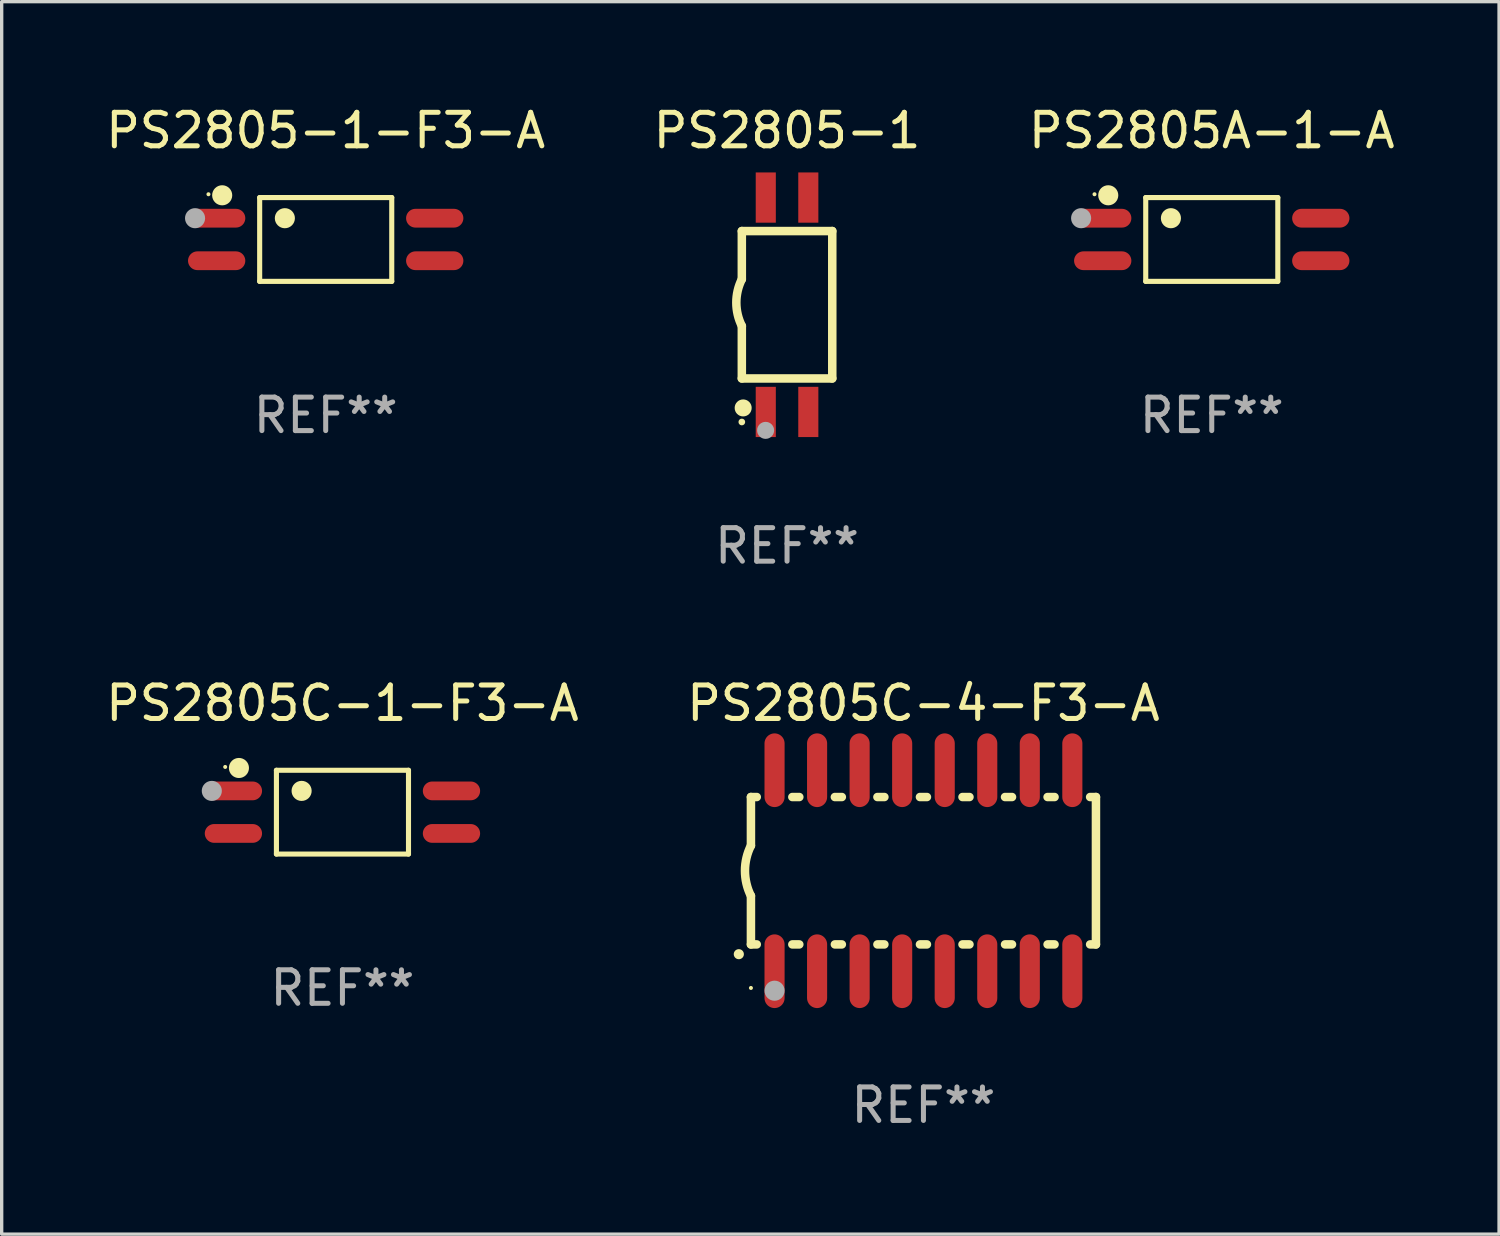
<source format=kicad_pcb>
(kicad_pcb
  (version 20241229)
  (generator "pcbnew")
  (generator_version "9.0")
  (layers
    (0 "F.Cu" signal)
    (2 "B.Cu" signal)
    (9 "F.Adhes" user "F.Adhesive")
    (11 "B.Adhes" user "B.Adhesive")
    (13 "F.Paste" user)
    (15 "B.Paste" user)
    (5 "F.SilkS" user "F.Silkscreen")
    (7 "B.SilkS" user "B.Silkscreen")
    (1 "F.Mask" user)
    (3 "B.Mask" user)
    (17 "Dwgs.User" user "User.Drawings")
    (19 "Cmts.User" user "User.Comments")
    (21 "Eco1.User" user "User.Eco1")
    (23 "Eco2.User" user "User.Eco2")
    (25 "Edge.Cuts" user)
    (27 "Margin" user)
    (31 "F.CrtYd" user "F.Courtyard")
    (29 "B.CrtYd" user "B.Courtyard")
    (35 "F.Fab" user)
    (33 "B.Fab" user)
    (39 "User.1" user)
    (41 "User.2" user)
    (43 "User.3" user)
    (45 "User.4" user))
  (footprint "PS2805-1-F3-A"
    (layer "F.Cu")
    (at 6.673 4.099)
    (property "Reference" "PS2805-1-F3-A" (at 0 -3.251 0) (layer "F.SilkS") (effects (font (size 1 1) (thickness 0.15))))
    (attr through_hole)
    (fp_line (start -1.971 -1.251) (end 1.972 -1.251) (stroke (width 0.152) (type solid)) (layer "F.SilkS"))
    (fp_line (start -1.971 1.251) (end -1.971 -1.251) (stroke (width 0.152) (type solid)) (layer "F.SilkS"))
    (fp_line (start 1.972 -1.251) (end 1.972 1.251) (stroke (width 0.152) (type solid)) (layer "F.SilkS"))
    (fp_line (start 1.972 1.251) (end -1.971 1.251) (stroke (width 0.152) (type solid)) (layer "F.SilkS"))
    (fp_circle (center -3.5 -1.35) (end -3.47 -1.35) (stroke (width 0.06) (type solid)) (fill no) (layer "F.SilkS"))
    (fp_circle (center -3.09 -1.319) (end -2.94 -1.319) (stroke (width 0.3) (type solid)) (fill no) (layer "F.SilkS"))
    (fp_circle (center -1.219 -0.635) (end -1.069 -0.635) (stroke (width 0.3) (type solid)) (fill no) (layer "F.SilkS"))
    (fp_circle (center -3.9 -0.635) (end -3.75 -0.635) (stroke (width 0.3) (type solid)) (fill no) (layer "F.Fab"))
    (fp_text user "REF**" (at 0 5.251 0) (layer "F.Fab") (effects (font (size 1 1) (thickness 0.15))))
    (pad "1" smd oval (at -3.255 -0.635 270) (size 0.56 1.71) (layers "F.Cu" "F.Mask" "F.Paste"))
    (pad "2" smd oval (at -3.255 0.635 270) (size 0.56 1.71) (layers "F.Cu" "F.Mask" "F.Paste"))
    (pad "3" smd oval (at 3.255 0.635 270) (size 0.56 1.71) (layers "F.Cu" "F.Mask" "F.Paste"))
    (pad "4" smd oval (at 3.255 -0.635 270) (size 0.56 1.71) (layers "F.Cu" "F.Mask" "F.Paste")))
  (footprint "PS2805C-1-F3-A"
    (layer "F.Cu")
    (at 7.173 21.196)
    (property "Reference" "PS2805C-1-F3-A" (at 0 -3.251 0) (layer "F.SilkS") (effects (font (size 1 1) (thickness 0.15))))
    (attr through_hole)
    (fp_line (start -1.971 -1.251) (end 1.972 -1.251) (stroke (width 0.152) (type solid)) (layer "F.SilkS"))
    (fp_line (start -1.971 1.251) (end -1.971 -1.251) (stroke (width 0.152) (type solid)) (layer "F.SilkS"))
    (fp_line (start 1.972 -1.251) (end 1.972 1.251) (stroke (width 0.152) (type solid)) (layer "F.SilkS"))
    (fp_line (start 1.972 1.251) (end -1.971 1.251) (stroke (width 0.152) (type solid)) (layer "F.SilkS"))
    (fp_circle (center -3.5 -1.35) (end -3.47 -1.35) (stroke (width 0.06) (type solid)) (fill no) (layer "F.SilkS"))
    (fp_circle (center -3.09 -1.319) (end -2.94 -1.319) (stroke (width 0.3) (type solid)) (fill no) (layer "F.SilkS"))
    (fp_circle (center -1.219 -0.635) (end -1.069 -0.635) (stroke (width 0.3) (type solid)) (fill no) (layer "F.SilkS"))
    (fp_circle (center -3.9 -0.635) (end -3.75 -0.635) (stroke (width 0.3) (type solid)) (fill no) (layer "F.Fab"))
    (fp_text user "REF**" (at 0 5.251 0) (layer "F.Fab") (effects (font (size 1 1) (thickness 0.15))))
    (pad "1" smd oval (at -3.255 -0.635 270) (size 0.56 1.71) (layers "F.Cu" "F.Mask" "F.Paste"))
    (pad "2" smd oval (at -3.255 0.635 270) (size 0.56 1.71) (layers "F.Cu" "F.Mask" "F.Paste"))
    (pad "3" smd oval (at 3.255 0.635 270) (size 0.56 1.71) (layers "F.Cu" "F.Mask" "F.Paste"))
    (pad "4" smd oval (at 3.255 -0.635 270) (size 0.56 1.71) (layers "F.Cu" "F.Mask" "F.Paste")))
  (footprint "PS2805-1"
    (layer "F.Cu")
    (at 20.446 6.048)
    (property "Reference" "PS2805-1" (at 0 -5.2 0) (layer "F.SilkS") (effects (font (size 1 1) (thickness 0.15))))
    (attr through_hole)
    (fp_line (start -1.35 2.2) (end -1.35 0.635) (stroke (width 0.254) (type solid)) (layer "F.SilkS"))
    (fp_line (start -1.35 -2.2) (end -1.35 -0.762) (stroke (width 0.254) (type solid)) (layer "F.SilkS"))
    (fp_line (start -1.35 -2.2) (end 1.35 -2.2) (stroke (width 0.254) (type solid)) (layer "F.SilkS"))
    (fp_line (start 1.35 -2.2) (end 1.35 2.2) (stroke (width 0.254) (type solid)) (layer "F.SilkS"))
    (fp_line (start 1.35 2.2) (end -1.35 2.2) (stroke (width 0.254) (type solid)) (layer "F.SilkS"))
    (fp_arc (start -1.348731 0.635001) (mid -1.51405 -0.063354) (end -1.349975 -0.762002) (stroke (width 0.254001) (type solid)) (layer "F.SilkS"))
    (fp_circle (center -1.35 3.5) (end -1.3 3.5) (stroke (width 0.1) (type solid)) (fill no) (layer "F.SilkS"))
    (fp_circle (center -1.31 3.08) (end -1.183 3.08) (stroke (width 0.254) (type solid)) (fill no) (layer "F.SilkS"))
    (fp_circle (center -0.64 3.75) (end -0.513 3.75) (stroke (width 0.254) (type solid)) (fill no) (layer "F.Fab"))
    (fp_text user "REF**" (at 0 7.2 0) (layer "F.Fab") (effects (font (size 1 1) (thickness 0.15))))
    (pad "1" smd rect (at -0.635 3.2 180) (size 0.6 1.5) (layers "F.Cu" "F.Mask" "F.Paste"))
    (pad "2" smd rect (at 0.635 3.2 180) (size 0.6 1.5) (layers "F.Cu" "F.Mask" "F.Paste"))
    (pad "3" smd rect (at 0.635 -3.2 180) (size 0.6 1.5) (layers "F.Cu" "F.Mask" "F.Paste"))
    (pad "4" smd rect (at -0.635 -3.2 180) (size 0.6 1.5) (layers "F.Cu" "F.Mask" "F.Paste")))
  (footprint "PS2805A-1-A"
    (layer "F.Cu")
    (at 33.125 4.099)
    (property "Reference" "PS2805A-1-A" (at 0 -3.251 0) (layer "F.SilkS") (effects (font (size 1 1) (thickness 0.15))))
    (attr through_hole)
    (fp_line (start -1.971 -1.251) (end 1.972 -1.251) (stroke (width 0.152) (type solid)) (layer "F.SilkS"))
    (fp_line (start -1.971 1.251) (end -1.971 -1.251) (stroke (width 0.152) (type solid)) (layer "F.SilkS"))
    (fp_line (start 1.972 -1.251) (end 1.972 1.251) (stroke (width 0.152) (type solid)) (layer "F.SilkS"))
    (fp_line (start 1.972 1.251) (end -1.971 1.251) (stroke (width 0.152) (type solid)) (layer "F.SilkS"))
    (fp_circle (center -3.5 -1.35) (end -3.47 -1.35) (stroke (width 0.06) (type solid)) (fill no) (layer "F.SilkS"))
    (fp_circle (center -3.09 -1.319) (end -2.94 -1.319) (stroke (width 0.3) (type solid)) (fill no) (layer "F.SilkS"))
    (fp_circle (center -1.219 -0.635) (end -1.069 -0.635) (stroke (width 0.3) (type solid)) (fill no) (layer "F.SilkS"))
    (fp_circle (center -3.9 -0.635) (end -3.75 -0.635) (stroke (width 0.3) (type solid)) (fill no) (layer "F.Fab"))
    (fp_text user "REF**" (at 0 5.251 0) (layer "F.Fab") (effects (font (size 1 1) (thickness 0.15))))
    (pad "1" smd oval (at -3.255 -0.635 270) (size 0.56 1.71) (layers "F.Cu" "F.Mask" "F.Paste"))
    (pad "2" smd oval (at -3.255 0.635 270) (size 0.56 1.71) (layers "F.Cu" "F.Mask" "F.Paste"))
    (pad "3" smd oval (at 3.255 0.635 270) (size 0.56 1.71) (layers "F.Cu" "F.Mask" "F.Paste"))
    (pad "4" smd oval (at 3.255 -0.635 270) (size 0.56 1.71) (layers "F.Cu" "F.Mask" "F.Paste")))
  (footprint "PS2805C-4-F3-A"
    (layer "F.Cu")
    (at 24.518 22.944)
    (property "Reference" "PS2805C-4-F3-A" (at 0 -5 0) (layer "F.SilkS") (effects (font (size 1 1) (thickness 0.15))))
    (attr through_hole)
    (fp_line (start -5.15 -2.2) (end -5.15 -0.75) (stroke (width 0.254) (type solid)) (layer "F.SilkS"))
    (fp_line (start -5.15 -2.2) (end -4.976 -2.2) (stroke (width 0.254) (type solid)) (layer "F.SilkS"))
    (fp_line (start -5.15 2.2) (end -5.15 0.75) (stroke (width 0.254) (type solid)) (layer "F.SilkS"))
    (fp_line (start -5.15 2.2) (end -4.976 2.2) (stroke (width 0.254) (type solid)) (layer "F.SilkS"))
    (fp_line (start -3.914 -2.2) (end -3.706 -2.2) (stroke (width 0.254) (type solid)) (layer "F.SilkS"))
    (fp_line (start -3.914 2.2) (end -3.706 2.2) (stroke (width 0.254) (type solid)) (layer "F.SilkS"))
    (fp_line (start -2.644 -2.2) (end -2.436 -2.2) (stroke (width 0.254) (type solid)) (layer "F.SilkS"))
    (fp_line (start -2.644 2.2) (end -2.436 2.2) (stroke (width 0.254) (type solid)) (layer "F.SilkS"))
    (fp_line (start -1.374 -2.2) (end -1.166 -2.2) (stroke (width 0.254) (type solid)) (layer "F.SilkS"))
    (fp_line (start -1.374 2.2) (end -1.166 2.2) (stroke (width 0.254) (type solid)) (layer "F.SilkS"))
    (fp_line (start -0.104 -2.2) (end 0.104 -2.2) (stroke (width 0.254) (type solid)) (layer "F.SilkS"))
    (fp_line (start -0.104 2.2) (end 0.104 2.2) (stroke (width 0.254) (type solid)) (layer "F.SilkS"))
    (fp_line (start 1.166 -2.2) (end 1.374 -2.2) (stroke (width 0.254) (type solid)) (layer "F.SilkS"))
    (fp_line (start 1.166 2.2) (end 1.374 2.2) (stroke (width 0.254) (type solid)) (layer "F.SilkS"))
    (fp_line (start 2.436 -2.2) (end 2.644 -2.2) (stroke (width 0.254) (type solid)) (layer "F.SilkS"))
    (fp_line (start 2.436 2.2) (end 2.644 2.2) (stroke (width 0.254) (type solid)) (layer "F.SilkS"))
    (fp_line (start 3.706 -2.2) (end 3.914 -2.2) (stroke (width 0.254) (type solid)) (layer "F.SilkS"))
    (fp_line (start 3.706 2.2) (end 3.914 2.2) (stroke (width 0.254) (type solid)) (layer "F.SilkS"))
    (fp_line (start 4.976 -2.2) (end 5.15 -2.2) (stroke (width 0.254) (type solid)) (layer "F.SilkS"))
    (fp_line (start 4.976 2.2) (end 5.15 2.2) (stroke (width 0.254) (type solid)) (layer "F.SilkS"))
    (fp_line (start 5.15 2.2) (end 5.15 -2.2) (stroke (width 0.254) (type solid)) (layer "F.SilkS"))
    (fp_arc (start -5.513081 2.491618) (mid -5.511811 2.491613) (end -5.510541 2.491618) (stroke (width 0.3) (type solid)) (layer "F.SilkS"))
    (fp_arc (start -5.15047 0.751207) (mid -5.327506 0.000556) (end -5.150013 -0.749987) (stroke (width 0.254001) (type solid)) (layer "F.SilkS"))
    (fp_circle (center -5.15 3.5) (end -5.12 3.5) (stroke (width 0.06) (type solid)) (fill no) (layer "F.SilkS"))
    (fp_circle (center -4.445 3.582) (end -4.295 3.582) (stroke (width 0.3) (type solid)) (fill no) (layer "F.Fab"))
    (fp_text user "REF**" (at 0 7 0) (layer "F.Fab") (effects (font (size 1 1) (thickness 0.15))))
    (pad "1" smd oval (at -4.445 3 180) (size 0.6 2.2) (layers "F.Cu" "F.Mask" "F.Paste"))
    (pad "2" smd oval (at -3.175 3 180) (size 0.6 2.2) (layers "F.Cu" "F.Mask" "F.Paste"))
    (pad "3" smd oval (at -1.905 3 180) (size 0.6 2.2) (layers "F.Cu" "F.Mask" "F.Paste"))
    (pad "4" smd oval (at -0.635 3 180) (size 0.6 2.2) (layers "F.Cu" "F.Mask" "F.Paste"))
    (pad "5" smd oval (at 0.635 3 180) (size 0.6 2.2) (layers "F.Cu" "F.Mask" "F.Paste"))
    (pad "6" smd oval (at 1.905 3 180) (size 0.6 2.2) (layers "F.Cu" "F.Mask" "F.Paste"))
    (pad "7" smd oval (at 3.175 3 180) (size 0.6 2.2) (layers "F.Cu" "F.Mask" "F.Paste"))
    (pad "8" smd oval (at 4.445 3 180) (size 0.6 2.2) (layers "F.Cu" "F.Mask" "F.Paste"))
    (pad "9" smd oval (at 4.445 -3 180) (size 0.6 2.2) (layers "F.Cu" "F.Mask" "F.Paste"))
    (pad "10" smd oval (at 3.175 -3 180) (size 0.6 2.2) (layers "F.Cu" "F.Mask" "F.Paste"))
    (pad "11" smd oval (at 1.905 -3 180) (size 0.6 2.2) (layers "F.Cu" "F.Mask" "F.Paste"))
    (pad "12" smd oval (at 0.635 -3 180) (size 0.6 2.2) (layers "F.Cu" "F.Mask" "F.Paste"))
    (pad "13" smd oval (at -0.635 -3 180) (size 0.6 2.2) (layers "F.Cu" "F.Mask" "F.Paste"))
    (pad "14" smd oval (at -1.905 -3 180) (size 0.6 2.2) (layers "F.Cu" "F.Mask" "F.Paste"))
    (pad "15" smd oval (at -3.175 -3 180) (size 0.6 2.2) (layers "F.Cu" "F.Mask" "F.Paste"))
    (pad "16" smd oval (at -4.445 -3 180) (size 0.6 2.2) (layers "F.Cu" "F.Mask" "F.Paste")))
  (gr_rect
    (start -3 -3)
    (end 41.702 33.793)
    (stroke (width 0.1) (type default))
    (fill no)
    (layer "Edge.Cuts")))
</source>
